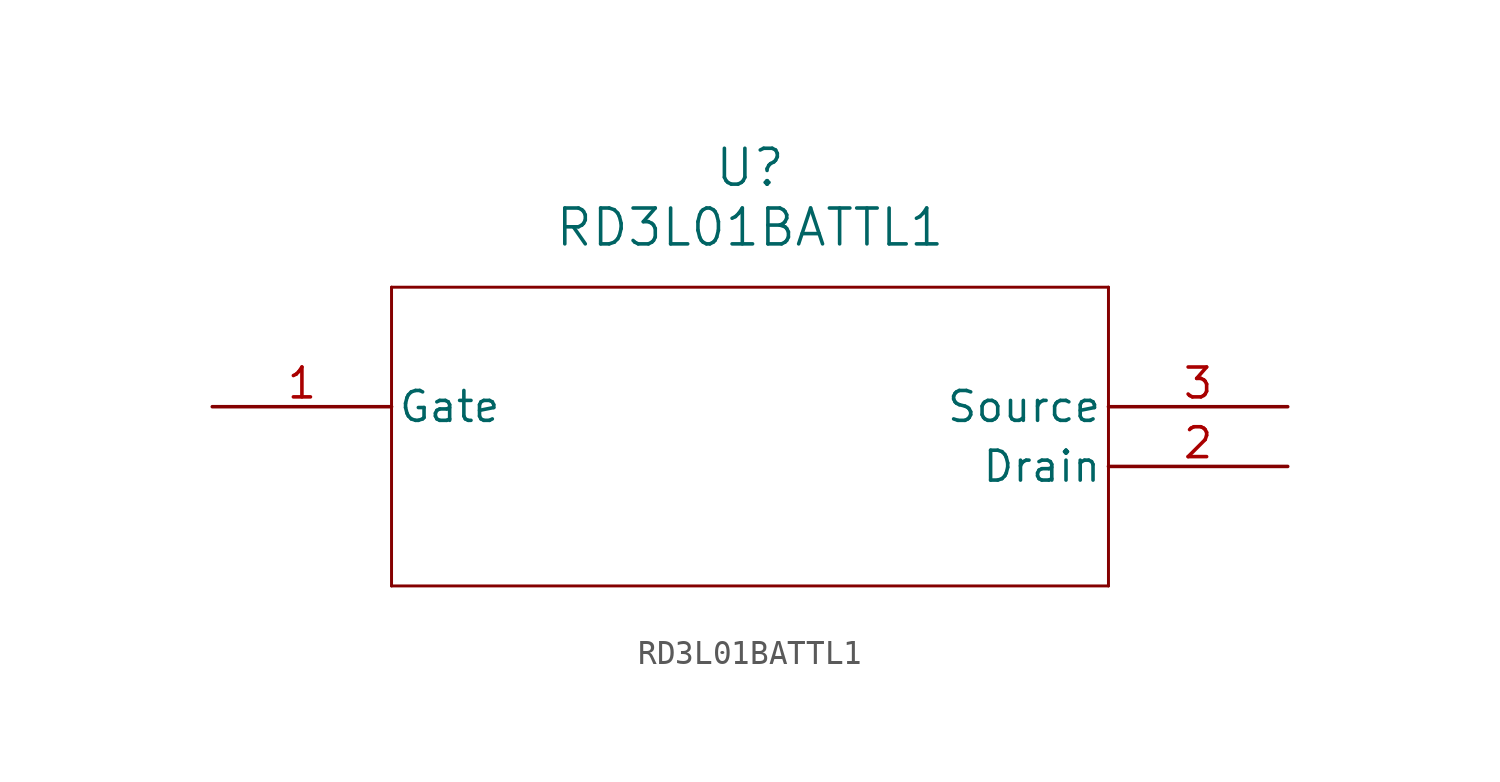
<source format=kicad_sym>
(kicad_symbol_lib
  (version 20211014)
  (generator kicad_symbol_editor)
  (symbol "RD3L01BATTL1"
    (pin_names
      (offset 0.254))
    (property "Reference" "U"
      (at 22.86 10.16 0)
      (effects (font (size 1.524 1.524))))
    (property "Value" "RD3L01BATTL1"
      (at 22.86 7.62 0)
      (effects (font (size 1.524 1.524))))
    (symbol "RD3L01BATTL1_0_1"
      (polyline (pts (xy 7.62 5.08) (xy 7.62 -7.62)) (stroke (width 0.127) (type default) (color 0 0 0 0)) (fill (type none)))
      (polyline (pts (xy 7.62 -7.62) (xy 38.1 -7.62)) (stroke (width 0.127) (type default) (color 0 0 0 0)) (fill (type none)))
      (polyline (pts (xy 38.1 -7.62) (xy 38.1 5.08)) (stroke (width 0.127) (type default) (color 0 0 0 0)) (fill (type none)))
      (polyline (pts (xy 38.1 5.08) (xy 7.62 5.08)) (stroke (width 0.127) (type default) (color 0 0 0 0)) (fill (type none)))
      (pin unspecified line (at 0 0 0) (length 7.62) (name "Gate" (effects (font (size 1.27 1.27)))) (number "1" (effects (font (size 1.27 1.27)))))
      (pin unspecified line (at 45.72 -2.54 180) (length 7.62) (name "Drain" (effects (font (size 1.27 1.27)))) (number "2" (effects (font (size 1.27 1.27)))))
      (pin unspecified line (at 45.72 0 180) (length 7.62) (name "Source" (effects (font (size 1.27 1.27)))) (number "3" (effects (font (size 1.27 1.27))))))))
</source>
